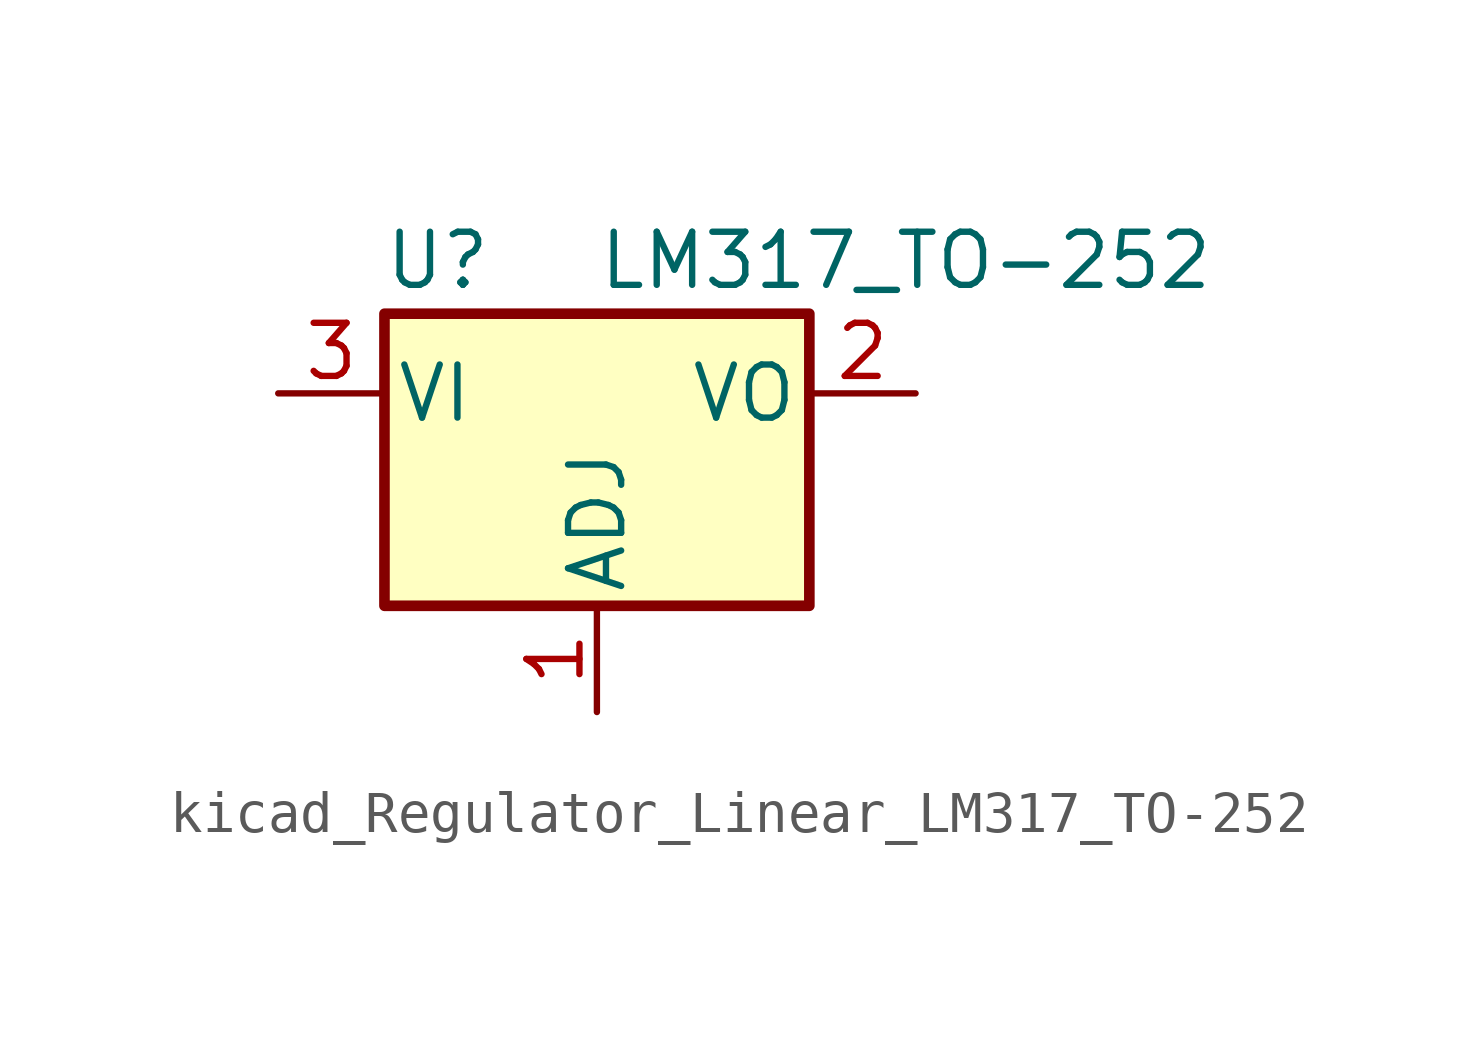
<source format=kicad_sym>
(kicad_symbol_lib
  (version 20220914)
  (generator kicad_symbol_editor)
  (symbol "kicad_Regulator_Linear_LM317_TO-252"
    (pin_names
      (offset 0.254))
    (property "Reference" "U"
      (at -3.81 3.175 0)
      (effects (font (size 1.27 1.27))))
    (property "Value" "LM317_TO-252"
      (at 0 3.175 0)
      (effects (font (size 1.27 1.27)) (justify left)))
    (symbol "kicad_Regulator_Linear_LM317_TO-252_0_1"
      (rectangle (start -5.08 1.905) (end 5.08 -5.08) (stroke (width 0.254) (type default)) (fill (type background))))
    (symbol "kicad_Regulator_Linear_LM317_TO-252_1_1"
      (pin input line (at 0 -7.62 90) (length 2.54) (name "ADJ" (effects (font (size 1.27 1.27)))) (number "1" (effects (font (size 1.27 1.27)))))
      (pin power_out line (at 7.62 0 180) (length 2.54) (name "VO" (effects (font (size 1.27 1.27)))) (number "2" (effects (font (size 1.27 1.27)))))
      (pin power_in line (at -7.62 0 0) (length 2.54) (name "VI" (effects (font (size 1.27 1.27)))) (number "3" (effects (font (size 1.27 1.27))))))))
</source>
